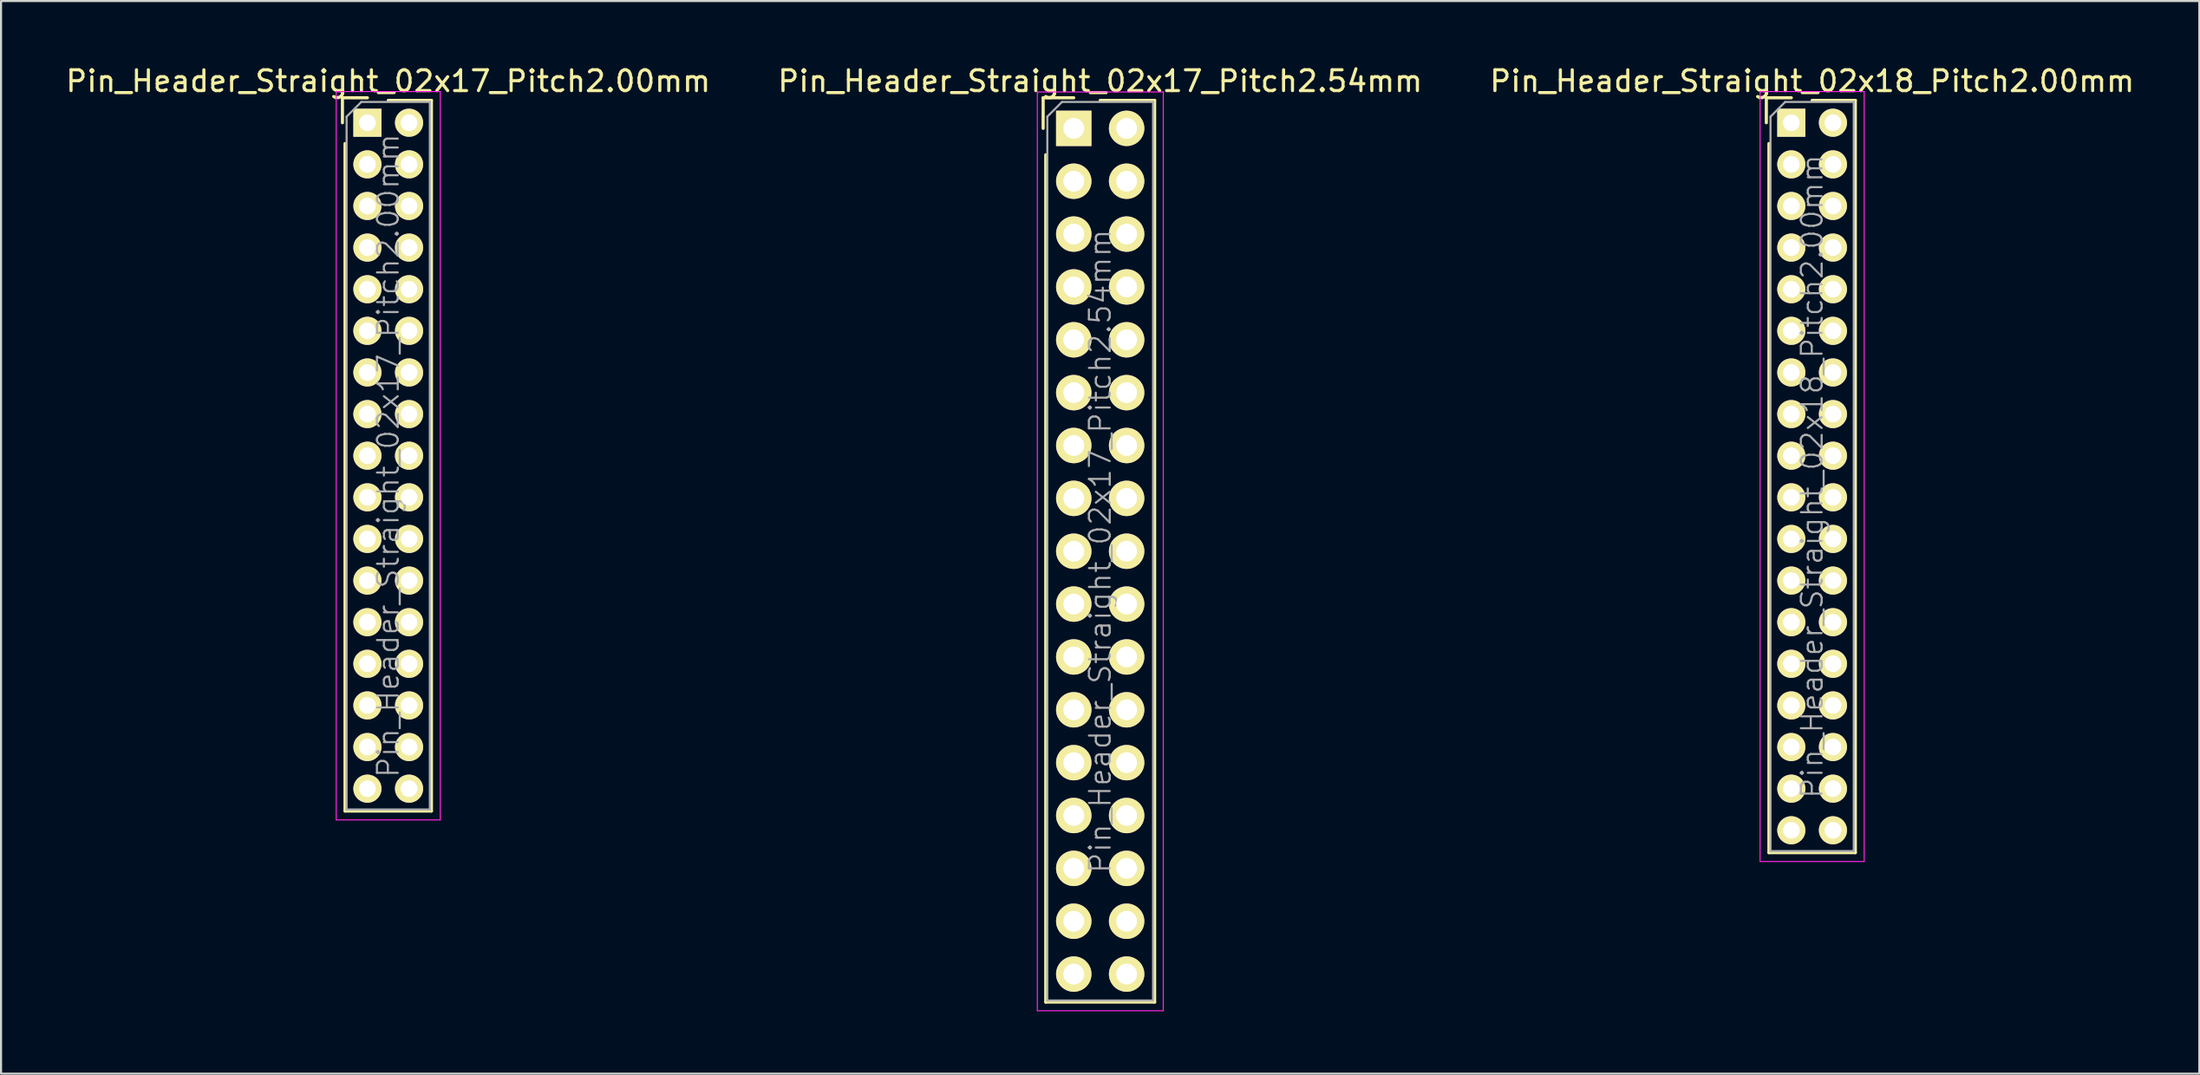
<source format=kicad_pcb>
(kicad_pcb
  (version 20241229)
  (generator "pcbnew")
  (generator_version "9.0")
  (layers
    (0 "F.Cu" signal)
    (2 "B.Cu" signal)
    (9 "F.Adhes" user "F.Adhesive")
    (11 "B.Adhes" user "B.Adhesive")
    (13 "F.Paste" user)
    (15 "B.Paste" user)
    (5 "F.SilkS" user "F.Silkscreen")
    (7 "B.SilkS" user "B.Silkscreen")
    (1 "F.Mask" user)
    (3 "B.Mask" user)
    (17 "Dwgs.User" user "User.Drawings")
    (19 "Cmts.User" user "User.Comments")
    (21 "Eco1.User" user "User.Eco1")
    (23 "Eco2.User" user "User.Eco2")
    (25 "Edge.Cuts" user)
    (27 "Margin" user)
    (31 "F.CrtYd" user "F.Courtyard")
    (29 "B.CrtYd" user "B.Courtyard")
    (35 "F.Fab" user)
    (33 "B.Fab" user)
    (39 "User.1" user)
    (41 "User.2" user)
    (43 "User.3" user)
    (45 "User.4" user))
  (footprint "Pin_Header_Straight_02x17_Pitch2.00mm"
    (layer "F.Cu")
    (at 14.601 2.848)
    (property "Reference" "Pin_Header_Straight_02x17_Pitch2.00mm" (at 1 -2 0) (layer "F.SilkS") (effects (font (size 1 1) (thickness 0.15))))
    (attr smd)
    (fp_line (start -1.2 -1.2) (end -1.2 0) (stroke (width 0.15) (type solid)) (layer "F.SilkS"))
    (fp_line (start -1.2 -1.2) (end 0 -1.2) (stroke (width 0.15) (type solid)) (layer "F.SilkS"))
    (fp_line (start -1.075 1) (end -1.075 33.075) (stroke (width 0.15) (type solid)) (layer "F.SilkS"))
    (fp_line (start -1.075 33.075) (end 3.075 33.075) (stroke (width 0.15) (type solid)) (layer "F.SilkS"))
    (fp_line (start 1 -1.075) (end 3.075 -1.075) (stroke (width 0.15) (type solid)) (layer "F.SilkS"))
    (fp_line (start 3.075 -1.075) (end 3.075 33.075) (stroke (width 0.15) (type solid)) (layer "F.SilkS"))
    (fp_line (start -1.5 -1.5) (end -1.5 33.5) (stroke (width 0.05) (type solid)) (layer "F.CrtYd"))
    (fp_line (start 3.5 -1.5) (end -1.5 -1.5) (stroke (width 0.05) (type solid)) (layer "F.CrtYd"))
    (fp_line (start 3.5 -1.5) (end 3.5 33.5) (stroke (width 0.05) (type solid)) (layer "F.CrtYd"))
    (fp_line (start 3.5 33.5) (end -1.5 33.5) (stroke (width 0.05) (type solid)) (layer "F.CrtYd"))
    (fp_line (start -1 -0.293) (end -0.293 -1) (stroke (width 0.1) (type solid)) (layer "F.Fab"))
    (fp_line (start -1 33) (end -1 -0.293) (stroke (width 0.1) (type solid)) (layer "F.Fab"))
    (fp_line (start 3 -1) (end -0.293 -1) (stroke (width 0.1) (type solid)) (layer "F.Fab"))
    (fp_line (start 3 33) (end -1 33) (stroke (width 0.1) (type solid)) (layer "F.Fab"))
    (fp_line (start 3 33) (end 3 -1) (stroke (width 0.1) (type solid)) (layer "F.Fab"))
    (fp_text user "${REFERENCE}" (at 1 16 90) (layer "F.Fab") (effects (font (size 1 1) (thickness 0.1))))
    (pad "1" thru_hole rect (at 0 0) (size 1.35 1.35) (drill 0.8) (layers "*.Cu" "*.Mask" "F.SilkS"))
    (pad "2" thru_hole oval (at 2 0) (size 1.35 1.35) (drill 0.8) (layers "*.Cu" "*.Mask" "F.SilkS"))
    (pad "3" thru_hole oval (at 0 2) (size 1.35 1.35) (drill 0.8) (layers "*.Cu" "*.Mask" "F.SilkS"))
    (pad "4" thru_hole oval (at 2 2) (size 1.35 1.35) (drill 0.8) (layers "*.Cu" "*.Mask" "F.SilkS"))
    (pad "5" thru_hole oval (at 0 4) (size 1.35 1.35) (drill 0.8) (layers "*.Cu" "*.Mask" "F.SilkS"))
    (pad "6" thru_hole oval (at 2 4) (size 1.35 1.35) (drill 0.8) (layers "*.Cu" "*.Mask" "F.SilkS"))
    (pad "7" thru_hole oval (at 0 6) (size 1.35 1.35) (drill 0.8) (layers "*.Cu" "*.Mask" "F.SilkS"))
    (pad "8" thru_hole oval (at 2 6) (size 1.35 1.35) (drill 0.8) (layers "*.Cu" "*.Mask" "F.SilkS"))
    (pad "9" thru_hole oval (at 0 8) (size 1.35 1.35) (drill 0.8) (layers "*.Cu" "*.Mask" "F.SilkS"))
    (pad "10" thru_hole oval (at 2 8) (size 1.35 1.35) (drill 0.8) (layers "*.Cu" "*.Mask" "F.SilkS"))
    (pad "11" thru_hole oval (at 0 10) (size 1.35 1.35) (drill 0.8) (layers "*.Cu" "*.Mask" "F.SilkS"))
    (pad "12" thru_hole oval (at 2 10) (size 1.35 1.35) (drill 0.8) (layers "*.Cu" "*.Mask" "F.SilkS"))
    (pad "13" thru_hole oval (at 0 12) (size 1.35 1.35) (drill 0.8) (layers "*.Cu" "*.Mask" "F.SilkS"))
    (pad "14" thru_hole oval (at 2 12) (size 1.35 1.35) (drill 0.8) (layers "*.Cu" "*.Mask" "F.SilkS"))
    (pad "15" thru_hole oval (at 0 14) (size 1.35 1.35) (drill 0.8) (layers "*.Cu" "*.Mask" "F.SilkS"))
    (pad "16" thru_hole oval (at 2 14) (size 1.35 1.35) (drill 0.8) (layers "*.Cu" "*.Mask" "F.SilkS"))
    (pad "17" thru_hole oval (at 0 16) (size 1.35 1.35) (drill 0.8) (layers "*.Cu" "*.Mask" "F.SilkS"))
    (pad "18" thru_hole oval (at 2 16) (size 1.35 1.35) (drill 0.8) (layers "*.Cu" "*.Mask" "F.SilkS"))
    (pad "19" thru_hole oval (at 0 18) (size 1.35 1.35) (drill 0.8) (layers "*.Cu" "*.Mask" "F.SilkS"))
    (pad "20" thru_hole oval (at 2 18) (size 1.35 1.35) (drill 0.8) (layers "*.Cu" "*.Mask" "F.SilkS"))
    (pad "21" thru_hole oval (at 0 20) (size 1.35 1.35) (drill 0.8) (layers "*.Cu" "*.Mask" "F.SilkS"))
    (pad "22" thru_hole oval (at 2 20) (size 1.35 1.35) (drill 0.8) (layers "*.Cu" "*.Mask" "F.SilkS"))
    (pad "23" thru_hole oval (at 0 22) (size 1.35 1.35) (drill 0.8) (layers "*.Cu" "*.Mask" "F.SilkS"))
    (pad "24" thru_hole oval (at 2 22) (size 1.35 1.35) (drill 0.8) (layers "*.Cu" "*.Mask" "F.SilkS"))
    (pad "25" thru_hole oval (at 0 24) (size 1.35 1.35) (drill 0.8) (layers "*.Cu" "*.Mask" "F.SilkS"))
    (pad "26" thru_hole oval (at 2 24) (size 1.35 1.35) (drill 0.8) (layers "*.Cu" "*.Mask" "F.SilkS"))
    (pad "27" thru_hole oval (at 0 26) (size 1.35 1.35) (drill 0.8) (layers "*.Cu" "*.Mask" "F.SilkS"))
    (pad "28" thru_hole oval (at 2 26) (size 1.35 1.35) (drill 0.8) (layers "*.Cu" "*.Mask" "F.SilkS"))
    (pad "29" thru_hole oval (at 0 28) (size 1.35 1.35) (drill 0.8) (layers "*.Cu" "*.Mask" "F.SilkS"))
    (pad "30" thru_hole oval (at 2 28) (size 1.35 1.35) (drill 0.8) (layers "*.Cu" "*.Mask" "F.SilkS"))
    (pad "31" thru_hole oval (at 0 30) (size 1.35 1.35) (drill 0.8) (layers "*.Cu" "*.Mask" "F.SilkS"))
    (pad "32" thru_hole oval (at 2 30) (size 1.35 1.35) (drill 0.8) (layers "*.Cu" "*.Mask" "F.SilkS"))
    (pad "33" thru_hole oval (at 0 32) (size 1.35 1.35) (drill 0.8) (layers "*.Cu" "*.Mask" "F.SilkS"))
    (pad "34" thru_hole oval (at 2 32) (size 1.35 1.35) (drill 0.8) (layers "*.Cu" "*.Mask" "F.SilkS")))
  (footprint "Pin_Header_Straight_02x17_Pitch2.54mm"
    (layer "F.Cu")
    (at 48.534 3.118)
    (property "Reference" "Pin_Header_Straight_02x17_Pitch2.54mm" (at 1.27 -2.27 0) (layer "F.SilkS") (effects (font (size 1 1) (thickness 0.15))))
    (attr smd)
    (fp_line (start -1.47 -1.47) (end -1.47 0) (stroke (width 0.15) (type solid)) (layer "F.SilkS"))
    (fp_line (start -1.47 -1.47) (end 0 -1.47) (stroke (width 0.15) (type solid)) (layer "F.SilkS"))
    (fp_line (start -1.345 1.27) (end -1.345 41.985) (stroke (width 0.15) (type solid)) (layer "F.SilkS"))
    (fp_line (start -1.345 41.985) (end 3.885 41.985) (stroke (width 0.15) (type solid)) (layer "F.SilkS"))
    (fp_line (start 1.27 -1.345) (end 3.885 -1.345) (stroke (width 0.15) (type solid)) (layer "F.SilkS"))
    (fp_line (start 3.885 -1.345) (end 3.885 41.985) (stroke (width 0.15) (type solid)) (layer "F.SilkS"))
    (fp_line (start -1.75 -1.75) (end -1.75 42.4) (stroke (width 0.05) (type solid)) (layer "F.CrtYd"))
    (fp_line (start 4.3 -1.75) (end -1.75 -1.75) (stroke (width 0.05) (type solid)) (layer "F.CrtYd"))
    (fp_line (start 4.3 -1.75) (end 4.3 42.4) (stroke (width 0.05) (type solid)) (layer "F.CrtYd"))
    (fp_line (start 4.3 42.4) (end -1.75 42.4) (stroke (width 0.05) (type solid)) (layer "F.CrtYd"))
    (fp_line (start -1.27 -0.563) (end -0.563 -1.27) (stroke (width 0.1) (type solid)) (layer "F.Fab"))
    (fp_line (start -1.27 41.91) (end -1.27 -0.563) (stroke (width 0.1) (type solid)) (layer "F.Fab"))
    (fp_line (start 3.81 -1.27) (end -0.563 -1.27) (stroke (width 0.1) (type solid)) (layer "F.Fab"))
    (fp_line (start 3.81 41.91) (end -1.27 41.91) (stroke (width 0.1) (type solid)) (layer "F.Fab"))
    (fp_line (start 3.81 41.91) (end 3.81 -1.27) (stroke (width 0.1) (type solid)) (layer "F.Fab"))
    (fp_text user "${REFERENCE}" (at 1.27 20.32 90) (layer "F.Fab") (effects (font (size 1 1) (thickness 0.1))))
    (pad "1" thru_hole rect (at 0 0) (size 1.7 1.7) (drill 1) (layers "*.Cu" "*.Mask" "F.SilkS"))
    (pad "2" thru_hole oval (at 2.54 0) (size 1.7 1.7) (drill 1) (layers "*.Cu" "*.Mask" "F.SilkS"))
    (pad "3" thru_hole oval (at 0 2.54) (size 1.7 1.7) (drill 1) (layers "*.Cu" "*.Mask" "F.SilkS"))
    (pad "4" thru_hole oval (at 2.54 2.54) (size 1.7 1.7) (drill 1) (layers "*.Cu" "*.Mask" "F.SilkS"))
    (pad "5" thru_hole oval (at 0 5.08) (size 1.7 1.7) (drill 1) (layers "*.Cu" "*.Mask" "F.SilkS"))
    (pad "6" thru_hole oval (at 2.54 5.08) (size 1.7 1.7) (drill 1) (layers "*.Cu" "*.Mask" "F.SilkS"))
    (pad "7" thru_hole oval (at 0 7.62) (size 1.7 1.7) (drill 1) (layers "*.Cu" "*.Mask" "F.SilkS"))
    (pad "8" thru_hole oval (at 2.54 7.62) (size 1.7 1.7) (drill 1) (layers "*.Cu" "*.Mask" "F.SilkS"))
    (pad "9" thru_hole oval (at 0 10.16) (size 1.7 1.7) (drill 1) (layers "*.Cu" "*.Mask" "F.SilkS"))
    (pad "10" thru_hole oval (at 2.54 10.16) (size 1.7 1.7) (drill 1) (layers "*.Cu" "*.Mask" "F.SilkS"))
    (pad "11" thru_hole oval (at 0 12.7) (size 1.7 1.7) (drill 1) (layers "*.Cu" "*.Mask" "F.SilkS"))
    (pad "12" thru_hole oval (at 2.54 12.7) (size 1.7 1.7) (drill 1) (layers "*.Cu" "*.Mask" "F.SilkS"))
    (pad "13" thru_hole oval (at 0 15.24) (size 1.7 1.7) (drill 1) (layers "*.Cu" "*.Mask" "F.SilkS"))
    (pad "14" thru_hole oval (at 2.54 15.24) (size 1.7 1.7) (drill 1) (layers "*.Cu" "*.Mask" "F.SilkS"))
    (pad "15" thru_hole oval (at 0 17.78) (size 1.7 1.7) (drill 1) (layers "*.Cu" "*.Mask" "F.SilkS"))
    (pad "16" thru_hole oval (at 2.54 17.78) (size 1.7 1.7) (drill 1) (layers "*.Cu" "*.Mask" "F.SilkS"))
    (pad "17" thru_hole oval (at 0 20.32) (size 1.7 1.7) (drill 1) (layers "*.Cu" "*.Mask" "F.SilkS"))
    (pad "18" thru_hole oval (at 2.54 20.32) (size 1.7 1.7) (drill 1) (layers "*.Cu" "*.Mask" "F.SilkS"))
    (pad "19" thru_hole oval (at 0 22.86) (size 1.7 1.7) (drill 1) (layers "*.Cu" "*.Mask" "F.SilkS"))
    (pad "20" thru_hole oval (at 2.54 22.86) (size 1.7 1.7) (drill 1) (layers "*.Cu" "*.Mask" "F.SilkS"))
    (pad "21" thru_hole oval (at 0 25.4) (size 1.7 1.7) (drill 1) (layers "*.Cu" "*.Mask" "F.SilkS"))
    (pad "22" thru_hole oval (at 2.54 25.4) (size 1.7 1.7) (drill 1) (layers "*.Cu" "*.Mask" "F.SilkS"))
    (pad "23" thru_hole oval (at 0 27.94) (size 1.7 1.7) (drill 1) (layers "*.Cu" "*.Mask" "F.SilkS"))
    (pad "24" thru_hole oval (at 2.54 27.94) (size 1.7 1.7) (drill 1) (layers "*.Cu" "*.Mask" "F.SilkS"))
    (pad "25" thru_hole oval (at 0 30.48) (size 1.7 1.7) (drill 1) (layers "*.Cu" "*.Mask" "F.SilkS"))
    (pad "26" thru_hole oval (at 2.54 30.48) (size 1.7 1.7) (drill 1) (layers "*.Cu" "*.Mask" "F.SilkS"))
    (pad "27" thru_hole oval (at 0 33.02) (size 1.7 1.7) (drill 1) (layers "*.Cu" "*.Mask" "F.SilkS"))
    (pad "28" thru_hole oval (at 2.54 33.02) (size 1.7 1.7) (drill 1) (layers "*.Cu" "*.Mask" "F.SilkS"))
    (pad "29" thru_hole oval (at 0 35.56) (size 1.7 1.7) (drill 1) (layers "*.Cu" "*.Mask" "F.SilkS"))
    (pad "30" thru_hole oval (at 2.54 35.56) (size 1.7 1.7) (drill 1) (layers "*.Cu" "*.Mask" "F.SilkS"))
    (pad "31" thru_hole oval (at 0 38.1) (size 1.7 1.7) (drill 1) (layers "*.Cu" "*.Mask" "F.SilkS"))
    (pad "32" thru_hole oval (at 2.54 38.1) (size 1.7 1.7) (drill 1) (layers "*.Cu" "*.Mask" "F.SilkS"))
    (pad "33" thru_hole oval (at 0 40.64) (size 1.7 1.7) (drill 1) (layers "*.Cu" "*.Mask" "F.SilkS"))
    (pad "34" thru_hole oval (at 2.54 40.64) (size 1.7 1.7) (drill 1) (layers "*.Cu" "*.Mask" "F.SilkS")))
  (footprint "Pin_Header_Straight_02x18_Pitch2.00mm"
    (layer "F.Cu")
    (at 83.006 2.848)
    (property "Reference" "Pin_Header_Straight_02x18_Pitch2.00mm" (at 1 -2 0) (layer "F.SilkS") (effects (font (size 1 1) (thickness 0.15))))
    (attr smd)
    (fp_line (start -1.2 -1.2) (end -1.2 0) (stroke (width 0.15) (type solid)) (layer "F.SilkS"))
    (fp_line (start -1.2 -1.2) (end 0 -1.2) (stroke (width 0.15) (type solid)) (layer "F.SilkS"))
    (fp_line (start -1.075 1) (end -1.075 35.075) (stroke (width 0.15) (type solid)) (layer "F.SilkS"))
    (fp_line (start -1.075 35.075) (end 3.075 35.075) (stroke (width 0.15) (type solid)) (layer "F.SilkS"))
    (fp_line (start 1 -1.075) (end 3.075 -1.075) (stroke (width 0.15) (type solid)) (layer "F.SilkS"))
    (fp_line (start 3.075 -1.075) (end 3.075 35.075) (stroke (width 0.15) (type solid)) (layer "F.SilkS"))
    (fp_line (start -1.5 -1.5) (end -1.5 35.5) (stroke (width 0.05) (type solid)) (layer "F.CrtYd"))
    (fp_line (start 3.5 -1.5) (end -1.5 -1.5) (stroke (width 0.05) (type solid)) (layer "F.CrtYd"))
    (fp_line (start 3.5 -1.5) (end 3.5 35.5) (stroke (width 0.05) (type solid)) (layer "F.CrtYd"))
    (fp_line (start 3.5 35.5) (end -1.5 35.5) (stroke (width 0.05) (type solid)) (layer "F.CrtYd"))
    (fp_line (start -1 -0.293) (end -0.293 -1) (stroke (width 0.1) (type solid)) (layer "F.Fab"))
    (fp_line (start -1 35) (end -1 -0.293) (stroke (width 0.1) (type solid)) (layer "F.Fab"))
    (fp_line (start 3 -1) (end -0.293 -1) (stroke (width 0.1) (type solid)) (layer "F.Fab"))
    (fp_line (start 3 35) (end -1 35) (stroke (width 0.1) (type solid)) (layer "F.Fab"))
    (fp_line (start 3 35) (end 3 -1) (stroke (width 0.1) (type solid)) (layer "F.Fab"))
    (fp_text user "${REFERENCE}" (at 1 17 90) (layer "F.Fab") (effects (font (size 1 1) (thickness 0.1))))
    (pad "1" thru_hole rect (at 0 0) (size 1.35 1.35) (drill 0.8) (layers "*.Cu" "*.Mask" "F.SilkS"))
    (pad "2" thru_hole oval (at 2 0) (size 1.35 1.35) (drill 0.8) (layers "*.Cu" "*.Mask" "F.SilkS"))
    (pad "3" thru_hole oval (at 0 2) (size 1.35 1.35) (drill 0.8) (layers "*.Cu" "*.Mask" "F.SilkS"))
    (pad "4" thru_hole oval (at 2 2) (size 1.35 1.35) (drill 0.8) (layers "*.Cu" "*.Mask" "F.SilkS"))
    (pad "5" thru_hole oval (at 0 4) (size 1.35 1.35) (drill 0.8) (layers "*.Cu" "*.Mask" "F.SilkS"))
    (pad "6" thru_hole oval (at 2 4) (size 1.35 1.35) (drill 0.8) (layers "*.Cu" "*.Mask" "F.SilkS"))
    (pad "7" thru_hole oval (at 0 6) (size 1.35 1.35) (drill 0.8) (layers "*.Cu" "*.Mask" "F.SilkS"))
    (pad "8" thru_hole oval (at 2 6) (size 1.35 1.35) (drill 0.8) (layers "*.Cu" "*.Mask" "F.SilkS"))
    (pad "9" thru_hole oval (at 0 8) (size 1.35 1.35) (drill 0.8) (layers "*.Cu" "*.Mask" "F.SilkS"))
    (pad "10" thru_hole oval (at 2 8) (size 1.35 1.35) (drill 0.8) (layers "*.Cu" "*.Mask" "F.SilkS"))
    (pad "11" thru_hole oval (at 0 10) (size 1.35 1.35) (drill 0.8) (layers "*.Cu" "*.Mask" "F.SilkS"))
    (pad "12" thru_hole oval (at 2 10) (size 1.35 1.35) (drill 0.8) (layers "*.Cu" "*.Mask" "F.SilkS"))
    (pad "13" thru_hole oval (at 0 12) (size 1.35 1.35) (drill 0.8) (layers "*.Cu" "*.Mask" "F.SilkS"))
    (pad "14" thru_hole oval (at 2 12) (size 1.35 1.35) (drill 0.8) (layers "*.Cu" "*.Mask" "F.SilkS"))
    (pad "15" thru_hole oval (at 0 14) (size 1.35 1.35) (drill 0.8) (layers "*.Cu" "*.Mask" "F.SilkS"))
    (pad "16" thru_hole oval (at 2 14) (size 1.35 1.35) (drill 0.8) (layers "*.Cu" "*.Mask" "F.SilkS"))
    (pad "17" thru_hole oval (at 0 16) (size 1.35 1.35) (drill 0.8) (layers "*.Cu" "*.Mask" "F.SilkS"))
    (pad "18" thru_hole oval (at 2 16) (size 1.35 1.35) (drill 0.8) (layers "*.Cu" "*.Mask" "F.SilkS"))
    (pad "19" thru_hole oval (at 0 18) (size 1.35 1.35) (drill 0.8) (layers "*.Cu" "*.Mask" "F.SilkS"))
    (pad "20" thru_hole oval (at 2 18) (size 1.35 1.35) (drill 0.8) (layers "*.Cu" "*.Mask" "F.SilkS"))
    (pad "21" thru_hole oval (at 0 20) (size 1.35 1.35) (drill 0.8) (layers "*.Cu" "*.Mask" "F.SilkS"))
    (pad "22" thru_hole oval (at 2 20) (size 1.35 1.35) (drill 0.8) (layers "*.Cu" "*.Mask" "F.SilkS"))
    (pad "23" thru_hole oval (at 0 22) (size 1.35 1.35) (drill 0.8) (layers "*.Cu" "*.Mask" "F.SilkS"))
    (pad "24" thru_hole oval (at 2 22) (size 1.35 1.35) (drill 0.8) (layers "*.Cu" "*.Mask" "F.SilkS"))
    (pad "25" thru_hole oval (at 0 24) (size 1.35 1.35) (drill 0.8) (layers "*.Cu" "*.Mask" "F.SilkS"))
    (pad "26" thru_hole oval (at 2 24) (size 1.35 1.35) (drill 0.8) (layers "*.Cu" "*.Mask" "F.SilkS"))
    (pad "27" thru_hole oval (at 0 26) (size 1.35 1.35) (drill 0.8) (layers "*.Cu" "*.Mask" "F.SilkS"))
    (pad "28" thru_hole oval (at 2 26) (size 1.35 1.35) (drill 0.8) (layers "*.Cu" "*.Mask" "F.SilkS"))
    (pad "29" thru_hole oval (at 0 28) (size 1.35 1.35) (drill 0.8) (layers "*.Cu" "*.Mask" "F.SilkS"))
    (pad "30" thru_hole oval (at 2 28) (size 1.35 1.35) (drill 0.8) (layers "*.Cu" "*.Mask" "F.SilkS"))
    (pad "31" thru_hole oval (at 0 30) (size 1.35 1.35) (drill 0.8) (layers "*.Cu" "*.Mask" "F.SilkS"))
    (pad "32" thru_hole oval (at 2 30) (size 1.35 1.35) (drill 0.8) (layers "*.Cu" "*.Mask" "F.SilkS"))
    (pad "33" thru_hole oval (at 0 32) (size 1.35 1.35) (drill 0.8) (layers "*.Cu" "*.Mask" "F.SilkS"))
    (pad "34" thru_hole oval (at 2 32) (size 1.35 1.35) (drill 0.8) (layers "*.Cu" "*.Mask" "F.SilkS"))
    (pad "35" thru_hole oval (at 0 34) (size 1.35 1.35) (drill 0.8) (layers "*.Cu" "*.Mask" "F.SilkS"))
    (pad "36" thru_hole oval (at 2 34) (size 1.35 1.35) (drill 0.8) (layers "*.Cu" "*.Mask" "F.SilkS")))
  (gr_rect
    (start -3 -3)
    (end 102.607 48.543)
    (stroke (width 0.1) (type default))
    (fill no)
    (layer "Edge.Cuts")))
</source>
